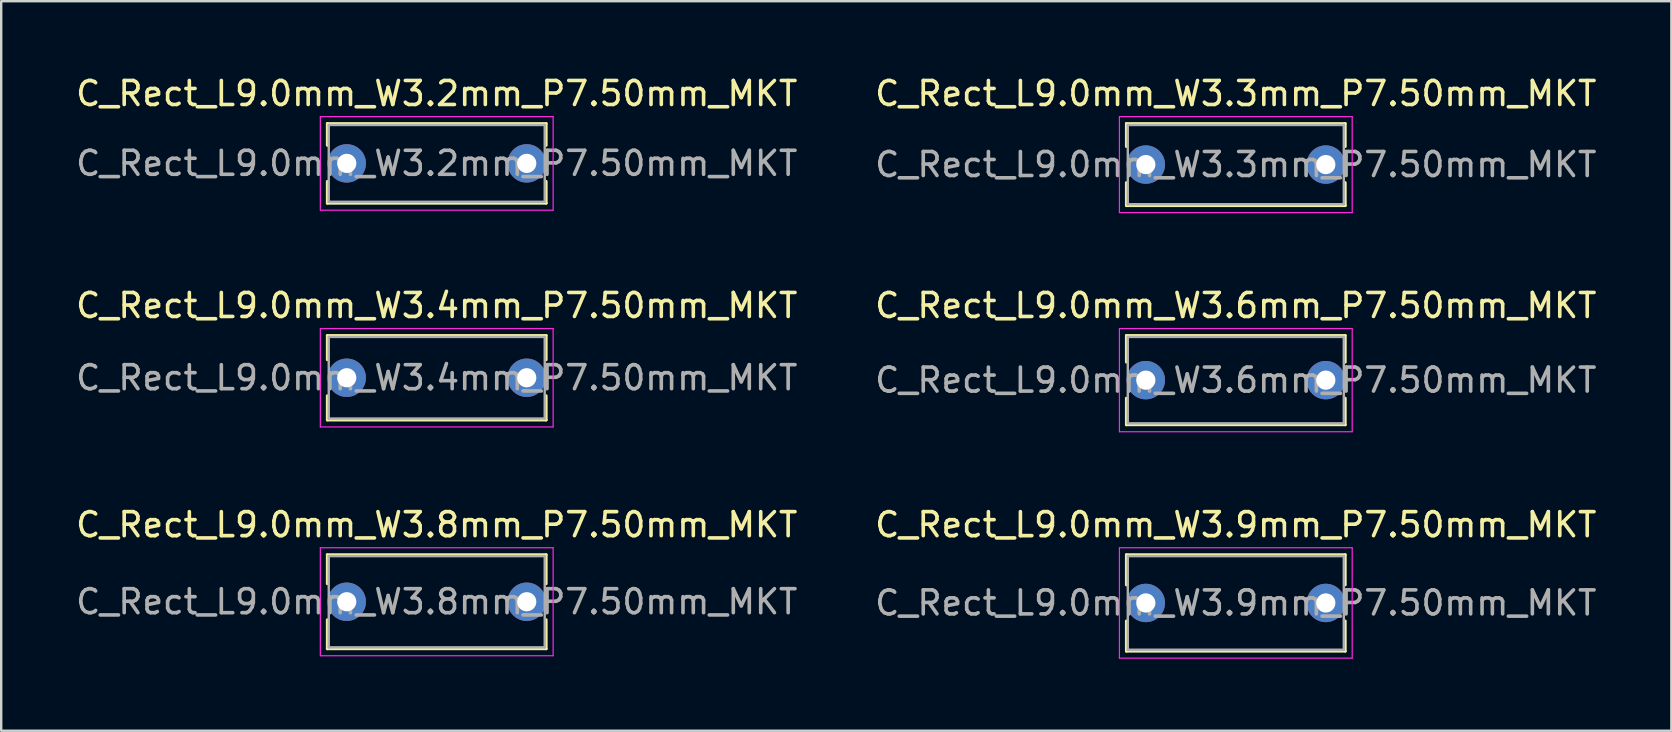
<source format=kicad_pcb>
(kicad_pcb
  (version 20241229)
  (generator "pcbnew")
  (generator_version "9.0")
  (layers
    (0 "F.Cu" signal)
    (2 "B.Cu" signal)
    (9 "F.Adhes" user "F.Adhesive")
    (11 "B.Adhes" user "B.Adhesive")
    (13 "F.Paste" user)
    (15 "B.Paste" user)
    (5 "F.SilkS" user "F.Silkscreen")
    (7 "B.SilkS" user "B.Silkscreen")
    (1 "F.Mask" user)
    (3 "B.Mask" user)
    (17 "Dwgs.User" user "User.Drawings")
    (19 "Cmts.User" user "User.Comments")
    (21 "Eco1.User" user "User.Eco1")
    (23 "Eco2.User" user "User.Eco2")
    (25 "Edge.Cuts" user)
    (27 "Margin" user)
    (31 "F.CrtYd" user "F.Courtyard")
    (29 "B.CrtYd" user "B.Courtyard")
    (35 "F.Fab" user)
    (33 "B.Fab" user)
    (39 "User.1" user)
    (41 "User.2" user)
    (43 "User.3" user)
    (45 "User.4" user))
  (footprint "C_Rect_L9.0mm_W3.8mm_P7.50mm_MKT"
    (layer "F.Cu")
    (at 11.399 22.025)
    (property "Reference" "C_Rect_L9.0mm_W3.8mm_P7.50mm_MKT" (at 3.75 -3.21 0) (layer "F.SilkS") (effects (font (size 1 1) (thickness 0.15))))
    (attr through_hole)
    (fp_line (start -0.81 -1.96) (end -0.81 -0.75) (stroke (width 0.12) (type solid)) (layer "F.SilkS"))
    (fp_line (start -0.81 -1.96) (end 8.31 -1.96) (stroke (width 0.12) (type solid)) (layer "F.SilkS"))
    (fp_line (start -0.81 0.75) (end -0.81 1.96) (stroke (width 0.12) (type solid)) (layer "F.SilkS"))
    (fp_line (start -0.81 1.96) (end 8.31 1.96) (stroke (width 0.12) (type solid)) (layer "F.SilkS"))
    (fp_line (start 8.31 -1.96) (end 8.31 -0.75) (stroke (width 0.12) (type solid)) (layer "F.SilkS"))
    (fp_line (start 8.31 0.75) (end 8.31 1.96) (stroke (width 0.12) (type solid)) (layer "F.SilkS"))
    (fp_line (start -1.1 -2.25) (end -1.1 2.25) (stroke (width 0.05) (type solid)) (layer "F.CrtYd"))
    (fp_line (start -1.1 2.25) (end 8.6 2.25) (stroke (width 0.05) (type solid)) (layer "F.CrtYd"))
    (fp_line (start 8.6 -2.25) (end -1.1 -2.25) (stroke (width 0.05) (type solid)) (layer "F.CrtYd"))
    (fp_line (start 8.6 2.25) (end 8.6 -2.25) (stroke (width 0.05) (type solid)) (layer "F.CrtYd"))
    (fp_line (start -0.75 -1.9) (end -0.75 1.9) (stroke (width 0.1) (type solid)) (layer "F.Fab"))
    (fp_line (start -0.75 1.9) (end 8.25 1.9) (stroke (width 0.1) (type solid)) (layer "F.Fab"))
    (fp_line (start 8.25 -1.9) (end -0.75 -1.9) (stroke (width 0.1) (type solid)) (layer "F.Fab"))
    (fp_line (start 8.25 1.9) (end 8.25 -1.9) (stroke (width 0.1) (type solid)) (layer "F.Fab"))
    (fp_text user "${REFERENCE}" (at 3.75 0 0) (layer "F.Fab") (effects (font (size 1 1) (thickness 0.15))))
    (pad "1" thru_hole circle (at 0 0) (size 1.6 1.6) (drill 0.8) (layers "*.Cu" "*.Mask"))
    (pad "2" thru_hole circle (at 7.5 0) (size 1.6 1.6) (drill 0.8) (layers "*.Cu" "*.Mask")))
  (footprint "C_Rect_L9.0mm_W3.3mm_P7.50mm_MKT"
    (layer "F.Cu")
    (at 44.696 3.808)
    (property "Reference" "C_Rect_L9.0mm_W3.3mm_P7.50mm_MKT" (at 3.75 -2.96 0) (layer "F.SilkS") (effects (font (size 1 1) (thickness 0.15))))
    (attr through_hole)
    (fp_line (start -0.81 -1.71) (end -0.81 -0.75) (stroke (width 0.12) (type solid)) (layer "F.SilkS"))
    (fp_line (start -0.81 -1.71) (end 8.31 -1.71) (stroke (width 0.12) (type solid)) (layer "F.SilkS"))
    (fp_line (start -0.81 0.75) (end -0.81 1.71) (stroke (width 0.12) (type solid)) (layer "F.SilkS"))
    (fp_line (start -0.81 1.71) (end 8.31 1.71) (stroke (width 0.12) (type solid)) (layer "F.SilkS"))
    (fp_line (start 8.31 -1.71) (end 8.31 -0.75) (stroke (width 0.12) (type solid)) (layer "F.SilkS"))
    (fp_line (start 8.31 0.75) (end 8.31 1.71) (stroke (width 0.12) (type solid)) (layer "F.SilkS"))
    (fp_line (start -1.1 -2) (end -1.1 2) (stroke (width 0.05) (type solid)) (layer "F.CrtYd"))
    (fp_line (start -1.1 2) (end 8.6 2) (stroke (width 0.05) (type solid)) (layer "F.CrtYd"))
    (fp_line (start 8.6 -2) (end -1.1 -2) (stroke (width 0.05) (type solid)) (layer "F.CrtYd"))
    (fp_line (start 8.6 2) (end 8.6 -2) (stroke (width 0.05) (type solid)) (layer "F.CrtYd"))
    (fp_line (start -0.75 -1.65) (end -0.75 1.65) (stroke (width 0.1) (type solid)) (layer "F.Fab"))
    (fp_line (start -0.75 1.65) (end 8.25 1.65) (stroke (width 0.1) (type solid)) (layer "F.Fab"))
    (fp_line (start 8.25 -1.65) (end -0.75 -1.65) (stroke (width 0.1) (type solid)) (layer "F.Fab"))
    (fp_line (start 8.25 1.65) (end 8.25 -1.65) (stroke (width 0.1) (type solid)) (layer "F.Fab"))
    (fp_text user "${REFERENCE}" (at 3.75 0 0) (layer "F.Fab") (effects (font (size 1 1) (thickness 0.15))))
    (pad "1" thru_hole circle (at 0 0) (size 1.6 1.6) (drill 0.8) (layers "*.Cu" "*.Mask"))
    (pad "2" thru_hole circle (at 7.5 0) (size 1.6 1.6) (drill 0.8) (layers "*.Cu" "*.Mask")))
  (footprint "C_Rect_L9.0mm_W3.4mm_P7.50mm_MKT"
    (layer "F.Cu")
    (at 11.399 12.691)
    (property "Reference" "C_Rect_L9.0mm_W3.4mm_P7.50mm_MKT" (at 3.75 -3.01 0) (layer "F.SilkS") (effects (font (size 1 1) (thickness 0.15))))
    (attr through_hole)
    (fp_line (start -0.81 -1.76) (end -0.81 -0.75) (stroke (width 0.12) (type solid)) (layer "F.SilkS"))
    (fp_line (start -0.81 -1.76) (end 8.31 -1.76) (stroke (width 0.12) (type solid)) (layer "F.SilkS"))
    (fp_line (start -0.81 0.75) (end -0.81 1.76) (stroke (width 0.12) (type solid)) (layer "F.SilkS"))
    (fp_line (start -0.81 1.76) (end 8.31 1.76) (stroke (width 0.12) (type solid)) (layer "F.SilkS"))
    (fp_line (start 8.31 -1.76) (end 8.31 -0.75) (stroke (width 0.12) (type solid)) (layer "F.SilkS"))
    (fp_line (start 8.31 0.75) (end 8.31 1.76) (stroke (width 0.12) (type solid)) (layer "F.SilkS"))
    (fp_line (start -1.1 -2.05) (end -1.1 2.05) (stroke (width 0.05) (type solid)) (layer "F.CrtYd"))
    (fp_line (start -1.1 2.05) (end 8.6 2.05) (stroke (width 0.05) (type solid)) (layer "F.CrtYd"))
    (fp_line (start 8.6 -2.05) (end -1.1 -2.05) (stroke (width 0.05) (type solid)) (layer "F.CrtYd"))
    (fp_line (start 8.6 2.05) (end 8.6 -2.05) (stroke (width 0.05) (type solid)) (layer "F.CrtYd"))
    (fp_line (start -0.75 -1.7) (end -0.75 1.7) (stroke (width 0.1) (type solid)) (layer "F.Fab"))
    (fp_line (start -0.75 1.7) (end 8.25 1.7) (stroke (width 0.1) (type solid)) (layer "F.Fab"))
    (fp_line (start 8.25 -1.7) (end -0.75 -1.7) (stroke (width 0.1) (type solid)) (layer "F.Fab"))
    (fp_line (start 8.25 1.7) (end 8.25 -1.7) (stroke (width 0.1) (type solid)) (layer "F.Fab"))
    (fp_text user "${REFERENCE}" (at 3.75 0 0) (layer "F.Fab") (effects (font (size 1 1) (thickness 0.15))))
    (pad "1" thru_hole circle (at 0 0) (size 1.6 1.6) (drill 0.8) (layers "*.Cu" "*.Mask"))
    (pad "2" thru_hole circle (at 7.5 0) (size 1.6 1.6) (drill 0.8) (layers "*.Cu" "*.Mask")))
  (footprint "C_Rect_L9.0mm_W3.6mm_P7.50mm_MKT"
    (layer "F.Cu")
    (at 44.696 12.791)
    (property "Reference" "C_Rect_L9.0mm_W3.6mm_P7.50mm_MKT" (at 3.75 -3.11 0) (layer "F.SilkS") (effects (font (size 1 1) (thickness 0.15))))
    (attr through_hole)
    (fp_line (start -0.81 -1.86) (end -0.81 -0.75) (stroke (width 0.12) (type solid)) (layer "F.SilkS"))
    (fp_line (start -0.81 -1.86) (end 8.31 -1.86) (stroke (width 0.12) (type solid)) (layer "F.SilkS"))
    (fp_line (start -0.81 0.75) (end -0.81 1.86) (stroke (width 0.12) (type solid)) (layer "F.SilkS"))
    (fp_line (start -0.81 1.86) (end 8.31 1.86) (stroke (width 0.12) (type solid)) (layer "F.SilkS"))
    (fp_line (start 8.31 -1.86) (end 8.31 -0.75) (stroke (width 0.12) (type solid)) (layer "F.SilkS"))
    (fp_line (start 8.31 0.75) (end 8.31 1.86) (stroke (width 0.12) (type solid)) (layer "F.SilkS"))
    (fp_line (start -1.1 -2.15) (end -1.1 2.15) (stroke (width 0.05) (type solid)) (layer "F.CrtYd"))
    (fp_line (start -1.1 2.15) (end 8.6 2.15) (stroke (width 0.05) (type solid)) (layer "F.CrtYd"))
    (fp_line (start 8.6 -2.15) (end -1.1 -2.15) (stroke (width 0.05) (type solid)) (layer "F.CrtYd"))
    (fp_line (start 8.6 2.15) (end 8.6 -2.15) (stroke (width 0.05) (type solid)) (layer "F.CrtYd"))
    (fp_line (start -0.75 -1.8) (end -0.75 1.8) (stroke (width 0.1) (type solid)) (layer "F.Fab"))
    (fp_line (start -0.75 1.8) (end 8.25 1.8) (stroke (width 0.1) (type solid)) (layer "F.Fab"))
    (fp_line (start 8.25 -1.8) (end -0.75 -1.8) (stroke (width 0.1) (type solid)) (layer "F.Fab"))
    (fp_line (start 8.25 1.8) (end 8.25 -1.8) (stroke (width 0.1) (type solid)) (layer "F.Fab"))
    (fp_text user "${REFERENCE}" (at 3.75 0 0) (layer "F.Fab") (effects (font (size 1 1) (thickness 0.15))))
    (pad "1" thru_hole circle (at 0 0) (size 1.6 1.6) (drill 0.8) (layers "*.Cu" "*.Mask"))
    (pad "2" thru_hole circle (at 7.5 0) (size 1.6 1.6) (drill 0.8) (layers "*.Cu" "*.Mask")))
  (footprint "C_Rect_L9.0mm_W3.2mm_P7.50mm_MKT"
    (layer "F.Cu")
    (at 11.399 3.758)
    (property "Reference" "C_Rect_L9.0mm_W3.2mm_P7.50mm_MKT" (at 3.75 -2.91 0) (layer "F.SilkS") (effects (font (size 1 1) (thickness 0.15))))
    (attr through_hole)
    (fp_line (start -0.81 -1.66) (end -0.81 -0.75) (stroke (width 0.12) (type solid)) (layer "F.SilkS"))
    (fp_line (start -0.81 -1.66) (end 8.31 -1.66) (stroke (width 0.12) (type solid)) (layer "F.SilkS"))
    (fp_line (start -0.81 0.75) (end -0.81 1.66) (stroke (width 0.12) (type solid)) (layer "F.SilkS"))
    (fp_line (start -0.81 1.66) (end 8.31 1.66) (stroke (width 0.12) (type solid)) (layer "F.SilkS"))
    (fp_line (start 8.31 -1.66) (end 8.31 -0.75) (stroke (width 0.12) (type solid)) (layer "F.SilkS"))
    (fp_line (start 8.31 0.75) (end 8.31 1.66) (stroke (width 0.12) (type solid)) (layer "F.SilkS"))
    (fp_line (start -1.1 -1.95) (end -1.1 1.95) (stroke (width 0.05) (type solid)) (layer "F.CrtYd"))
    (fp_line (start -1.1 1.95) (end 8.6 1.95) (stroke (width 0.05) (type solid)) (layer "F.CrtYd"))
    (fp_line (start 8.6 -1.95) (end -1.1 -1.95) (stroke (width 0.05) (type solid)) (layer "F.CrtYd"))
    (fp_line (start 8.6 1.95) (end 8.6 -1.95) (stroke (width 0.05) (type solid)) (layer "F.CrtYd"))
    (fp_line (start -0.75 -1.6) (end -0.75 1.6) (stroke (width 0.1) (type solid)) (layer "F.Fab"))
    (fp_line (start -0.75 1.6) (end 8.25 1.6) (stroke (width 0.1) (type solid)) (layer "F.Fab"))
    (fp_line (start 8.25 -1.6) (end -0.75 -1.6) (stroke (width 0.1) (type solid)) (layer "F.Fab"))
    (fp_line (start 8.25 1.6) (end 8.25 -1.6) (stroke (width 0.1) (type solid)) (layer "F.Fab"))
    (fp_text user "${REFERENCE}" (at 3.75 0 0) (layer "F.Fab") (effects (font (size 1 1) (thickness 0.15))))
    (pad "1" thru_hole circle (at 0 0) (size 1.6 1.6) (drill 0.8) (layers "*.Cu" "*.Mask"))
    (pad "2" thru_hole circle (at 7.5 0) (size 1.6 1.6) (drill 0.8) (layers "*.Cu" "*.Mask")))
  (footprint "C_Rect_L9.0mm_W3.9mm_P7.50mm_MKT"
    (layer "F.Cu")
    (at 44.696 22.075)
    (property "Reference" "C_Rect_L9.0mm_W3.9mm_P7.50mm_MKT" (at 3.75 -3.26 0) (layer "F.SilkS") (effects (font (size 1 1) (thickness 0.15))))
    (attr through_hole)
    (fp_line (start -0.81 -2.01) (end -0.81 -0.75) (stroke (width 0.12) (type solid)) (layer "F.SilkS"))
    (fp_line (start -0.81 -2.01) (end 8.31 -2.01) (stroke (width 0.12) (type solid)) (layer "F.SilkS"))
    (fp_line (start -0.81 0.75) (end -0.81 2.01) (stroke (width 0.12) (type solid)) (layer "F.SilkS"))
    (fp_line (start -0.81 2.01) (end 8.31 2.01) (stroke (width 0.12) (type solid)) (layer "F.SilkS"))
    (fp_line (start 8.31 -2.01) (end 8.31 -0.75) (stroke (width 0.12) (type solid)) (layer "F.SilkS"))
    (fp_line (start 8.31 0.75) (end 8.31 2.01) (stroke (width 0.12) (type solid)) (layer "F.SilkS"))
    (fp_line (start -1.1 -2.3) (end -1.1 2.3) (stroke (width 0.05) (type solid)) (layer "F.CrtYd"))
    (fp_line (start -1.1 2.3) (end 8.6 2.3) (stroke (width 0.05) (type solid)) (layer "F.CrtYd"))
    (fp_line (start 8.6 -2.3) (end -1.1 -2.3) (stroke (width 0.05) (type solid)) (layer "F.CrtYd"))
    (fp_line (start 8.6 2.3) (end 8.6 -2.3) (stroke (width 0.05) (type solid)) (layer "F.CrtYd"))
    (fp_line (start -0.75 -1.95) (end -0.75 1.95) (stroke (width 0.1) (type solid)) (layer "F.Fab"))
    (fp_line (start -0.75 1.95) (end 8.25 1.95) (stroke (width 0.1) (type solid)) (layer "F.Fab"))
    (fp_line (start 8.25 -1.95) (end -0.75 -1.95) (stroke (width 0.1) (type solid)) (layer "F.Fab"))
    (fp_line (start 8.25 1.95) (end 8.25 -1.95) (stroke (width 0.1) (type solid)) (layer "F.Fab"))
    (fp_text user "${REFERENCE}" (at 3.75 0 0) (layer "F.Fab") (effects (font (size 1 1) (thickness 0.15))))
    (pad "1" thru_hole circle (at 0 0) (size 1.6 1.6) (drill 0.8) (layers "*.Cu" "*.Mask"))
    (pad "2" thru_hole circle (at 7.5 0) (size 1.6 1.6) (drill 0.8) (layers "*.Cu" "*.Mask")))
  (gr_rect
    (start -3 -3)
    (end 66.595 27.4)
    (stroke (width 0.1) (type default))
    (fill no)
    (layer "Edge.Cuts")))
</source>
